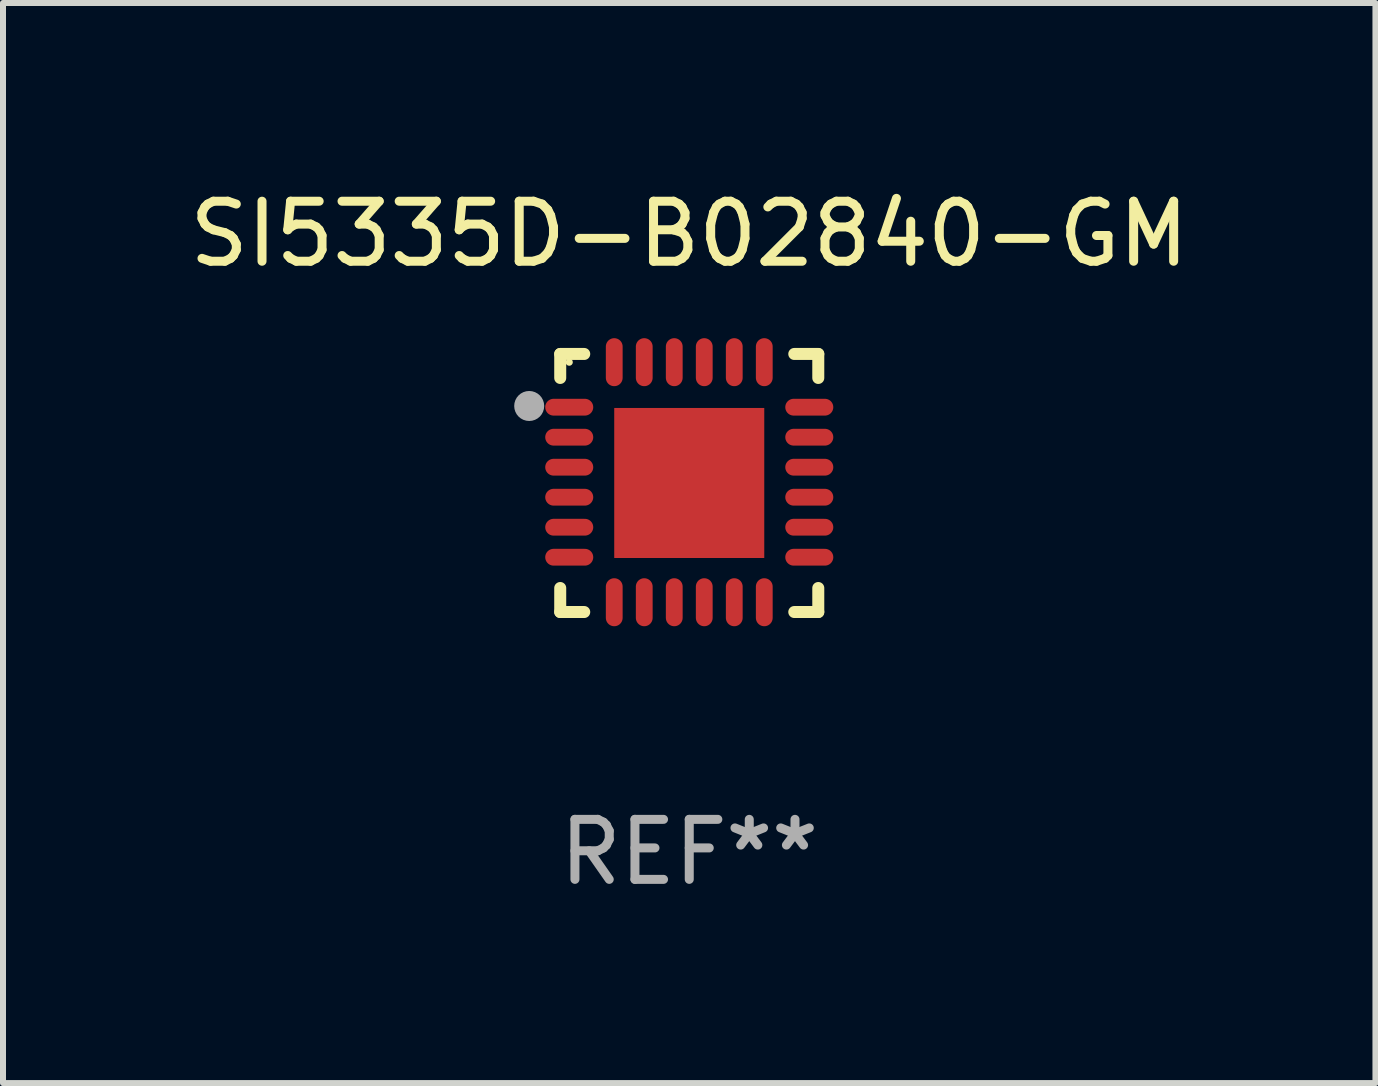
<source format=kicad_pcb>
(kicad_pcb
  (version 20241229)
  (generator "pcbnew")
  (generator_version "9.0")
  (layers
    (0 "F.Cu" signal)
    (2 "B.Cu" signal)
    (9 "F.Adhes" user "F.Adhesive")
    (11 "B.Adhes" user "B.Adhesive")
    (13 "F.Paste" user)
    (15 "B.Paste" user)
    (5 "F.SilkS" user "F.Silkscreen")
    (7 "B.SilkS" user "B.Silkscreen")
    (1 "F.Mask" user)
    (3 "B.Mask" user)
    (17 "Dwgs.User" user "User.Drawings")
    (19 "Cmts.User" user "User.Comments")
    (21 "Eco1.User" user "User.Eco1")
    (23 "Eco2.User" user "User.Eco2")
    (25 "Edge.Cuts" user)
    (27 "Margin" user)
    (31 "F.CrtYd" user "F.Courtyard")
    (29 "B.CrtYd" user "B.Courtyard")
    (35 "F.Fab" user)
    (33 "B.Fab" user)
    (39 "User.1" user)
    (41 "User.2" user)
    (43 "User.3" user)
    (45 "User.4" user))
  (footprint "SI5335D-B02840-GM"
    (layer "F.Cu")
    (at 8.435 4.998)
    (property "Reference" "SI5335D-B02840-GM" (at 0 -4.15 0) (layer "F.SilkS") (effects (font (size 1 1) (thickness 0.15))))
    (attr through_hole)
    (fp_line (start -2.15 -2.15) (end -1.75 -2.15) (stroke (width 0.2) (type solid)) (layer "F.SilkS"))
    (fp_line (start -2.15 -1.75) (end -2.15 -2.15) (stroke (width 0.2) (type solid)) (layer "F.SilkS"))
    (fp_line (start -2.15 2.15) (end -2.15 1.75) (stroke (width 0.2) (type solid)) (layer "F.SilkS"))
    (fp_line (start -1.75 2.15) (end -2.15 2.15) (stroke (width 0.2) (type solid)) (layer "F.SilkS"))
    (fp_line (start 1.75 -2.15) (end 2.15 -2.15) (stroke (width 0.2) (type solid)) (layer "F.SilkS"))
    (fp_line (start 1.75 2.15) (end 2.15 2.15) (stroke (width 0.2) (type solid)) (layer "F.SilkS"))
    (fp_line (start 2.15 -2.15) (end 2.15 -1.75) (stroke (width 0.2) (type solid)) (layer "F.SilkS"))
    (fp_line (start 2.15 2.15) (end 2.15 1.75) (stroke (width 0.2) (type solid)) (layer "F.SilkS"))
    (fp_circle (center -2 -2.013) (end -1.97 -2.013) (stroke (width 0.06) (type solid)) (fill no) (layer "F.SilkS"))
    (fp_circle (center -2.667 -1.283) (end -2.542 -1.283) (stroke (width 0.25) (type solid)) (fill no) (layer "F.Fab"))
    (fp_text user "REF**" (at 0 6.15 0) (layer "F.Fab") (effects (font (size 1 1) (thickness 0.15))))
    (pad "1" smd oval (at -2 -1.263) (size 0.8 0.28) (layers "F.Cu" "F.Mask" "F.Paste"))
    (pad "2" smd oval (at -2 -0.763) (size 0.8 0.28) (layers "F.Cu" "F.Mask" "F.Paste"))
    (pad "3" smd oval (at -2 -0.263) (size 0.8 0.28) (layers "F.Cu" "F.Mask" "F.Paste"))
    (pad "4" smd oval (at -2 0.237) (size 0.8 0.28) (layers "F.Cu" "F.Mask" "F.Paste"))
    (pad "5" smd oval (at -2 0.737) (size 0.8 0.28) (layers "F.Cu" "F.Mask" "F.Paste"))
    (pad "6" smd oval (at -2 1.237) (size 0.8 0.28) (layers "F.Cu" "F.Mask" "F.Paste"))
    (pad "7" smd oval (at -1.25 1.987) (size 0.28 0.8) (layers "F.Cu" "F.Mask" "F.Paste"))
    (pad "8" smd oval (at -0.75 1.987) (size 0.28 0.8) (layers "F.Cu" "F.Mask" "F.Paste"))
    (pad "9" smd oval (at -0.25 1.987) (size 0.28 0.8) (layers "F.Cu" "F.Mask" "F.Paste"))
    (pad "10" smd oval (at 0.25 1.987) (size 0.28 0.8) (layers "F.Cu" "F.Mask" "F.Paste"))
    (pad "11" smd oval (at 0.75 1.987) (size 0.28 0.8) (layers "F.Cu" "F.Mask" "F.Paste"))
    (pad "12" smd oval (at 1.25 1.987) (size 0.28 0.8) (layers "F.Cu" "F.Mask" "F.Paste"))
    (pad "13" smd oval (at 2 1.237) (size 0.8 0.28) (layers "F.Cu" "F.Mask" "F.Paste"))
    (pad "14" smd oval (at 2 0.737) (size 0.8 0.28) (layers "F.Cu" "F.Mask" "F.Paste"))
    (pad "15" smd oval (at 2 0.237) (size 0.8 0.28) (layers "F.Cu" "F.Mask" "F.Paste"))
    (pad "16" smd oval (at 2 -0.263) (size 0.8 0.28) (layers "F.Cu" "F.Mask" "F.Paste"))
    (pad "17" smd oval (at 2 -0.763) (size 0.8 0.28) (layers "F.Cu" "F.Mask" "F.Paste"))
    (pad "18" smd oval (at 2 -1.263) (size 0.8 0.28) (layers "F.Cu" "F.Mask" "F.Paste"))
    (pad "19" smd oval (at 1.25 -2.013) (size 0.28 0.8) (layers "F.Cu" "F.Mask" "F.Paste"))
    (pad "20" smd oval (at 0.75 -2.013) (size 0.28 0.8) (layers "F.Cu" "F.Mask" "F.Paste"))
    (pad "21" smd oval (at 0.25 -2.013) (size 0.28 0.8) (layers "F.Cu" "F.Mask" "F.Paste"))
    (pad "22" smd oval (at -0.25 -2.013) (size 0.28 0.8) (layers "F.Cu" "F.Mask" "F.Paste"))
    (pad "23" smd oval (at -0.75 -2.013) (size 0.28 0.8) (layers "F.Cu" "F.Mask" "F.Paste"))
    (pad "24" smd oval (at -1.25 -2.013) (size 0.28 0.8) (layers "F.Cu" "F.Mask" "F.Paste"))
    (pad "25" smd rect (at -0.000127 -0.00014) (size 2.5 2.5) (layers "F.Cu" "F.Mask" "F.Paste")))
  (gr_rect
    (start -3 -3)
    (end 19.869 14.997)
    (stroke (width 0.1) (type default))
    (fill no)
    (layer "Edge.Cuts")))
</source>
